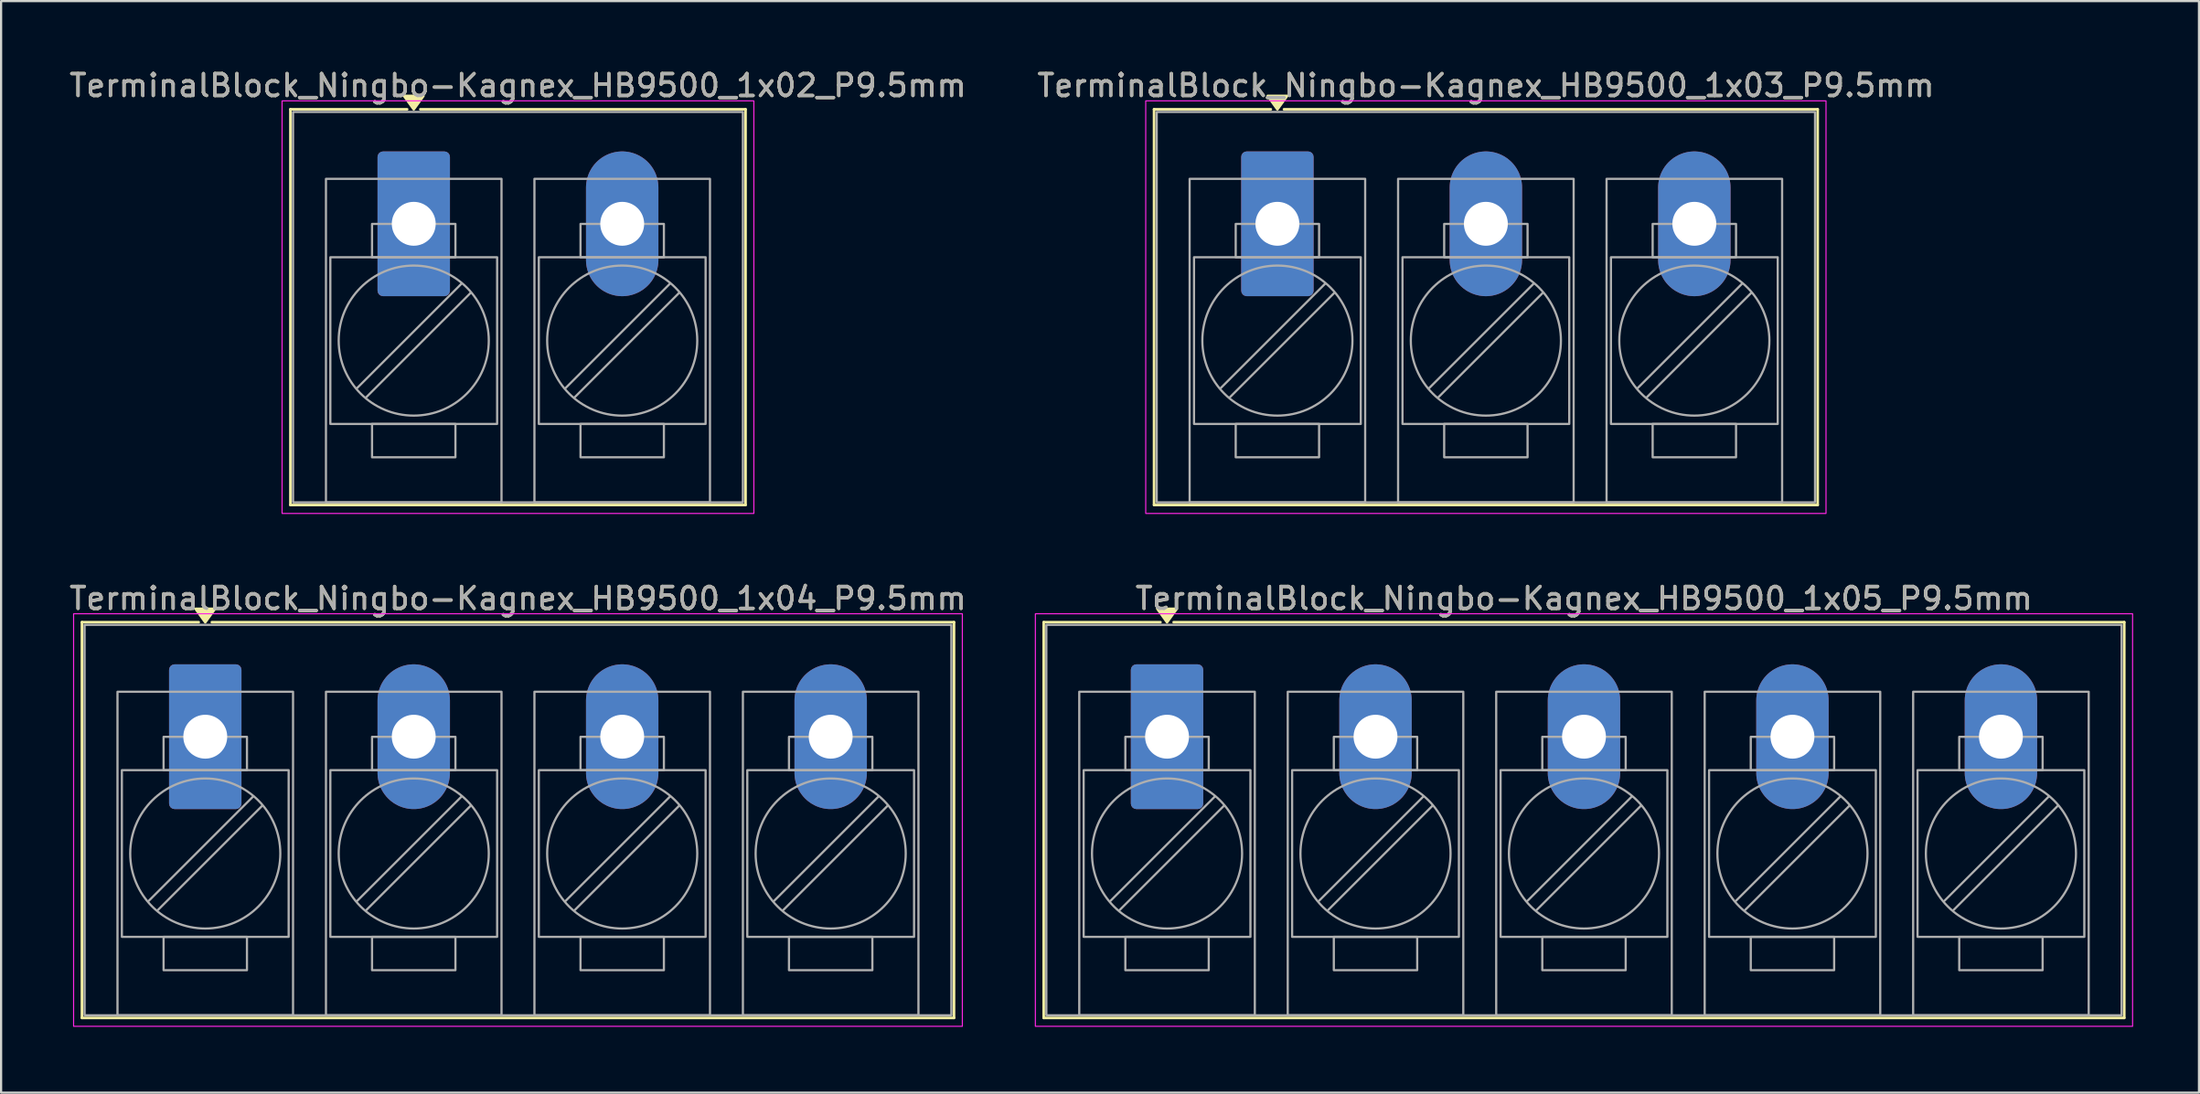
<source format=kicad_pcb>
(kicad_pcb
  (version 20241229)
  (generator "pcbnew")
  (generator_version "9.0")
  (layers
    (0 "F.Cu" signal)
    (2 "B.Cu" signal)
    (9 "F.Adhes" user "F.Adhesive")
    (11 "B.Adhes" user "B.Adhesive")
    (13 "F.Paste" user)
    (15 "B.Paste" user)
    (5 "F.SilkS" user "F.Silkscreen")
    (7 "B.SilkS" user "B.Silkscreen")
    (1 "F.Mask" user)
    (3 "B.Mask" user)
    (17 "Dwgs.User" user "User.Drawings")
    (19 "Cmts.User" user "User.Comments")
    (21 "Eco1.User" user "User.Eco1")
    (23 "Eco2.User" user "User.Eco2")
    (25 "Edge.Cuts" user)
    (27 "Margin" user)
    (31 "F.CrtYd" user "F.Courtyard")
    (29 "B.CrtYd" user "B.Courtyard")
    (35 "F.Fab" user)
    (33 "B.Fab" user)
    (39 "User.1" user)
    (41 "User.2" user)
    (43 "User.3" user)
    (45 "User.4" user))
  (footprint "TerminalBlock_Ningbo-Kagnex_HB9500_1x03_P9.5mm"
    (layer "F.Cu")
    (at 55.161 7.153)
    (property "Reference" "TerminalBlock_Ningbo-Kagnex_HB9500_1x03_P9.5mm" (at 9.5 -6.305 0) (layer "F.SilkS") (effects (font (size 1 1) (thickness 0.15))))
    (attr through_hole)
    (fp_line (start -5.62 -5.22) (end -0.3 -5.22) (stroke (width 0.12) (type solid)) (layer "F.SilkS"))
    (fp_line (start -5.62 12.82) (end -5.62 -5.22) (stroke (width 0.12) (type solid)) (layer "F.SilkS"))
    (fp_line (start 0.3 -5.22) (end 24.62 -5.22) (stroke (width 0.12) (type solid)) (layer "F.SilkS"))
    (fp_line (start 24.62 -5.22) (end 24.62 12.82) (stroke (width 0.12) (type solid)) (layer "F.SilkS"))
    (fp_line (start 24.62 12.82) (end -5.62 12.82) (stroke (width 0.12) (type solid)) (layer "F.SilkS"))
    (fp_poly (pts (xy 0 -5.22) (xy -0.44 -5.83) (xy 0.44 -5.83)) (stroke (width 0.12) (type solid)) (fill yes) (layer "F.SilkS"))
    (fp_rect (start -6 -5.605) (end 25 13.205) (stroke (width 0.05) (type solid)) (fill no) (layer "F.CrtYd"))
    (fp_line (start 2.176 2.731) (end -2.594 7.501) (stroke (width 0.1) (type solid)) (layer "F.Fab"))
    (fp_line (start 2.594 3.149) (end -2.176 7.919) (stroke (width 0.1) (type solid)) (layer "F.Fab"))
    (fp_line (start 11.676 2.731) (end 6.906 7.501) (stroke (width 0.1) (type solid)) (layer "F.Fab"))
    (fp_line (start 12.094 3.149) (end 7.324 7.919) (stroke (width 0.1) (type solid)) (layer "F.Fab"))
    (fp_line (start 21.176 2.731) (end 16.406 7.501) (stroke (width 0.1) (type solid)) (layer "F.Fab"))
    (fp_line (start 21.594 3.149) (end 16.824 7.919) (stroke (width 0.1) (type solid)) (layer "F.Fab"))
    (fp_rect (start -5.5 -5.1) (end 24.5 12.7) (stroke (width 0.1) (type solid)) (fill no) (layer "F.Fab"))
    (fp_rect (start -4 -2.05) (end 4 12.7) (stroke (width 0.1) (type solid)) (fill no) (layer "F.Fab"))
    (fp_rect (start -3.8 1.525) (end 3.8 9.125) (stroke (width 0.1) (type solid)) (fill no) (layer "F.Fab"))
    (fp_rect (start -1.9 0.005) (end 1.9 1.525) (stroke (width 0.1) (type solid)) (fill no) (layer "F.Fab"))
    (fp_rect (start -1.9 9.125) (end 1.9 10.645) (stroke (width 0.1) (type solid)) (fill no) (layer "F.Fab"))
    (fp_rect (start 5.5 -2.05) (end 13.5 12.7) (stroke (width 0.1) (type solid)) (fill no) (layer "F.Fab"))
    (fp_rect (start 5.7 1.525) (end 13.3 9.125) (stroke (width 0.1) (type solid)) (fill no) (layer "F.Fab"))
    (fp_rect (start 7.6 0.005) (end 11.4 1.525) (stroke (width 0.1) (type solid)) (fill no) (layer "F.Fab"))
    (fp_rect (start 7.6 9.125) (end 11.4 10.645) (stroke (width 0.1) (type solid)) (fill no) (layer "F.Fab"))
    (fp_rect (start 15 -2.05) (end 23 12.7) (stroke (width 0.1) (type solid)) (fill no) (layer "F.Fab"))
    (fp_rect (start 15.2 1.525) (end 22.8 9.125) (stroke (width 0.1) (type solid)) (fill no) (layer "F.Fab"))
    (fp_rect (start 17.1 0.005) (end 20.9 1.525) (stroke (width 0.1) (type solid)) (fill no) (layer "F.Fab"))
    (fp_rect (start 17.1 9.125) (end 20.9 10.645) (stroke (width 0.1) (type solid)) (fill no) (layer "F.Fab"))
    (fp_circle (center 0 5.325) (end 3.42 5.325) (stroke (width 0.1) (type solid)) (fill no) (layer "F.Fab"))
    (fp_circle (center 9.5 5.325) (end 12.92 5.325) (stroke (width 0.1) (type solid)) (fill no) (layer "F.Fab"))
    (fp_circle (center 19 5.325) (end 22.42 5.325) (stroke (width 0.1) (type solid)) (fill no) (layer "F.Fab"))
    (fp_text user "${REFERENCE}" (at 9.5 -6.305 0) (layer "F.Fab") (effects (font (size 1 1) (thickness 0.15))))
    (pad "1" thru_hole roundrect (at 0 0) (size 3.3 6.6) (drill 2) (layers "*.Cu" "*.Mask") (roundrect_rratio 0.076))
    (pad "2" thru_hole oval (at 9.5 0) (size 3.3 6.6) (drill 2) (layers "*.Cu" "*.Mask"))
    (pad "3" thru_hole oval (at 19 0) (size 3.3 6.6) (drill 2) (layers "*.Cu" "*.Mask")))
  (footprint "TerminalBlock_Ningbo-Kagnex_HB9500_1x04_P9.5mm"
    (layer "F.Cu")
    (at 6.304 30.537)
    (property "Reference" "TerminalBlock_Ningbo-Kagnex_HB9500_1x04_P9.5mm" (at 14.25 -6.305 0) (layer "F.SilkS") (effects (font (size 1 1) (thickness 0.15))))
    (attr through_hole)
    (fp_line (start -5.62 -5.22) (end -0.3 -5.22) (stroke (width 0.12) (type solid)) (layer "F.SilkS"))
    (fp_line (start -5.62 12.82) (end -5.62 -5.22) (stroke (width 0.12) (type solid)) (layer "F.SilkS"))
    (fp_line (start 0.3 -5.22) (end 34.12 -5.22) (stroke (width 0.12) (type solid)) (layer "F.SilkS"))
    (fp_line (start 34.12 -5.22) (end 34.12 12.82) (stroke (width 0.12) (type solid)) (layer "F.SilkS"))
    (fp_line (start 34.12 12.82) (end -5.62 12.82) (stroke (width 0.12) (type solid)) (layer "F.SilkS"))
    (fp_poly (pts (xy 0 -5.22) (xy -0.44 -5.83) (xy 0.44 -5.83)) (stroke (width 0.12) (type solid)) (fill yes) (layer "F.SilkS"))
    (fp_rect (start -6 -5.605) (end 34.5 13.205) (stroke (width 0.05) (type solid)) (fill no) (layer "F.CrtYd"))
    (fp_line (start 2.176 2.731) (end -2.594 7.501) (stroke (width 0.1) (type solid)) (layer "F.Fab"))
    (fp_line (start 2.594 3.149) (end -2.176 7.919) (stroke (width 0.1) (type solid)) (layer "F.Fab"))
    (fp_line (start 11.676 2.731) (end 6.906 7.501) (stroke (width 0.1) (type solid)) (layer "F.Fab"))
    (fp_line (start 12.094 3.149) (end 7.324 7.919) (stroke (width 0.1) (type solid)) (layer "F.Fab"))
    (fp_line (start 21.176 2.731) (end 16.406 7.501) (stroke (width 0.1) (type solid)) (layer "F.Fab"))
    (fp_line (start 21.594 3.149) (end 16.824 7.919) (stroke (width 0.1) (type solid)) (layer "F.Fab"))
    (fp_line (start 30.676 2.731) (end 25.906 7.501) (stroke (width 0.1) (type solid)) (layer "F.Fab"))
    (fp_line (start 31.094 3.149) (end 26.324 7.919) (stroke (width 0.1) (type solid)) (layer "F.Fab"))
    (fp_rect (start -5.5 -5.1) (end 34 12.7) (stroke (width 0.1) (type solid)) (fill no) (layer "F.Fab"))
    (fp_rect (start -4 -2.05) (end 4 12.7) (stroke (width 0.1) (type solid)) (fill no) (layer "F.Fab"))
    (fp_rect (start -3.8 1.525) (end 3.8 9.125) (stroke (width 0.1) (type solid)) (fill no) (layer "F.Fab"))
    (fp_rect (start -1.9 0.005) (end 1.9 1.525) (stroke (width 0.1) (type solid)) (fill no) (layer "F.Fab"))
    (fp_rect (start -1.9 9.125) (end 1.9 10.645) (stroke (width 0.1) (type solid)) (fill no) (layer "F.Fab"))
    (fp_rect (start 5.5 -2.05) (end 13.5 12.7) (stroke (width 0.1) (type solid)) (fill no) (layer "F.Fab"))
    (fp_rect (start 5.7 1.525) (end 13.3 9.125) (stroke (width 0.1) (type solid)) (fill no) (layer "F.Fab"))
    (fp_rect (start 7.6 0.005) (end 11.4 1.525) (stroke (width 0.1) (type solid)) (fill no) (layer "F.Fab"))
    (fp_rect (start 7.6 9.125) (end 11.4 10.645) (stroke (width 0.1) (type solid)) (fill no) (layer "F.Fab"))
    (fp_rect (start 15 -2.05) (end 23 12.7) (stroke (width 0.1) (type solid)) (fill no) (layer "F.Fab"))
    (fp_rect (start 15.2 1.525) (end 22.8 9.125) (stroke (width 0.1) (type solid)) (fill no) (layer "F.Fab"))
    (fp_rect (start 17.1 0.005) (end 20.9 1.525) (stroke (width 0.1) (type solid)) (fill no) (layer "F.Fab"))
    (fp_rect (start 17.1 9.125) (end 20.9 10.645) (stroke (width 0.1) (type solid)) (fill no) (layer "F.Fab"))
    (fp_rect (start 24.5 -2.05) (end 32.5 12.7) (stroke (width 0.1) (type solid)) (fill no) (layer "F.Fab"))
    (fp_rect (start 24.7 1.525) (end 32.3 9.125) (stroke (width 0.1) (type solid)) (fill no) (layer "F.Fab"))
    (fp_rect (start 26.6 0.005) (end 30.4 1.525) (stroke (width 0.1) (type solid)) (fill no) (layer "F.Fab"))
    (fp_rect (start 26.6 9.125) (end 30.4 10.645) (stroke (width 0.1) (type solid)) (fill no) (layer "F.Fab"))
    (fp_circle (center 0 5.325) (end 3.42 5.325) (stroke (width 0.1) (type solid)) (fill no) (layer "F.Fab"))
    (fp_circle (center 9.5 5.325) (end 12.92 5.325) (stroke (width 0.1) (type solid)) (fill no) (layer "F.Fab"))
    (fp_circle (center 19 5.325) (end 22.42 5.325) (stroke (width 0.1) (type solid)) (fill no) (layer "F.Fab"))
    (fp_circle (center 28.5 5.325) (end 31.92 5.325) (stroke (width 0.1) (type solid)) (fill no) (layer "F.Fab"))
    (fp_text user "${REFERENCE}" (at 14.25 -6.305 0) (layer "F.Fab") (effects (font (size 1 1) (thickness 0.15))))
    (pad "1" thru_hole roundrect (at 0 0) (size 3.3 6.6) (drill 2) (layers "*.Cu" "*.Mask") (roundrect_rratio 0.076))
    (pad "2" thru_hole oval (at 9.5 0) (size 3.3 6.6) (drill 2) (layers "*.Cu" "*.Mask"))
    (pad "3" thru_hole oval (at 19 0) (size 3.3 6.6) (drill 2) (layers "*.Cu" "*.Mask"))
    (pad "4" thru_hole oval (at 28.5 0) (size 3.3 6.6) (drill 2) (layers "*.Cu" "*.Mask")))
  (footprint "TerminalBlock_Ningbo-Kagnex_HB9500_1x05_P9.5mm"
    (layer "F.Cu")
    (at 50.132 30.537)
    (property "Reference" "TerminalBlock_Ningbo-Kagnex_HB9500_1x05_P9.5mm" (at 19 -6.305 0) (layer "F.SilkS") (effects (font (size 1 1) (thickness 0.15))))
    (attr through_hole)
    (fp_line (start -5.62 -5.22) (end -0.3 -5.22) (stroke (width 0.12) (type solid)) (layer "F.SilkS"))
    (fp_line (start -5.62 12.82) (end -5.62 -5.22) (stroke (width 0.12) (type solid)) (layer "F.SilkS"))
    (fp_line (start 0.3 -5.22) (end 43.62 -5.22) (stroke (width 0.12) (type solid)) (layer "F.SilkS"))
    (fp_line (start 43.62 -5.22) (end 43.62 12.82) (stroke (width 0.12) (type solid)) (layer "F.SilkS"))
    (fp_line (start 43.62 12.82) (end -5.62 12.82) (stroke (width 0.12) (type solid)) (layer "F.SilkS"))
    (fp_poly (pts (xy 0 -5.22) (xy -0.44 -5.83) (xy 0.44 -5.83)) (stroke (width 0.12) (type solid)) (fill yes) (layer "F.SilkS"))
    (fp_rect (start -6 -5.605) (end 44 13.205) (stroke (width 0.05) (type solid)) (fill no) (layer "F.CrtYd"))
    (fp_line (start 2.176 2.731) (end -2.594 7.501) (stroke (width 0.1) (type solid)) (layer "F.Fab"))
    (fp_line (start 2.594 3.149) (end -2.176 7.919) (stroke (width 0.1) (type solid)) (layer "F.Fab"))
    (fp_line (start 11.676 2.731) (end 6.906 7.501) (stroke (width 0.1) (type solid)) (layer "F.Fab"))
    (fp_line (start 12.094 3.149) (end 7.324 7.919) (stroke (width 0.1) (type solid)) (layer "F.Fab"))
    (fp_line (start 21.176 2.731) (end 16.406 7.501) (stroke (width 0.1) (type solid)) (layer "F.Fab"))
    (fp_line (start 21.594 3.149) (end 16.824 7.919) (stroke (width 0.1) (type solid)) (layer "F.Fab"))
    (fp_line (start 30.676 2.731) (end 25.906 7.501) (stroke (width 0.1) (type solid)) (layer "F.Fab"))
    (fp_line (start 31.094 3.149) (end 26.324 7.919) (stroke (width 0.1) (type solid)) (layer "F.Fab"))
    (fp_line (start 40.176 2.731) (end 35.406 7.501) (stroke (width 0.1) (type solid)) (layer "F.Fab"))
    (fp_line (start 40.594 3.149) (end 35.824 7.919) (stroke (width 0.1) (type solid)) (layer "F.Fab"))
    (fp_rect (start -5.5 -5.1) (end 43.5 12.7) (stroke (width 0.1) (type solid)) (fill no) (layer "F.Fab"))
    (fp_rect (start -4 -2.05) (end 4 12.7) (stroke (width 0.1) (type solid)) (fill no) (layer "F.Fab"))
    (fp_rect (start -3.8 1.525) (end 3.8 9.125) (stroke (width 0.1) (type solid)) (fill no) (layer "F.Fab"))
    (fp_rect (start -1.9 0.005) (end 1.9 1.525) (stroke (width 0.1) (type solid)) (fill no) (layer "F.Fab"))
    (fp_rect (start -1.9 9.125) (end 1.9 10.645) (stroke (width 0.1) (type solid)) (fill no) (layer "F.Fab"))
    (fp_rect (start 5.5 -2.05) (end 13.5 12.7) (stroke (width 0.1) (type solid)) (fill no) (layer "F.Fab"))
    (fp_rect (start 5.7 1.525) (end 13.3 9.125) (stroke (width 0.1) (type solid)) (fill no) (layer "F.Fab"))
    (fp_rect (start 7.6 0.005) (end 11.4 1.525) (stroke (width 0.1) (type solid)) (fill no) (layer "F.Fab"))
    (fp_rect (start 7.6 9.125) (end 11.4 10.645) (stroke (width 0.1) (type solid)) (fill no) (layer "F.Fab"))
    (fp_rect (start 15 -2.05) (end 23 12.7) (stroke (width 0.1) (type solid)) (fill no) (layer "F.Fab"))
    (fp_rect (start 15.2 1.525) (end 22.8 9.125) (stroke (width 0.1) (type solid)) (fill no) (layer "F.Fab"))
    (fp_rect (start 17.1 0.005) (end 20.9 1.525) (stroke (width 0.1) (type solid)) (fill no) (layer "F.Fab"))
    (fp_rect (start 17.1 9.125) (end 20.9 10.645) (stroke (width 0.1) (type solid)) (fill no) (layer "F.Fab"))
    (fp_rect (start 24.5 -2.05) (end 32.5 12.7) (stroke (width 0.1) (type solid)) (fill no) (layer "F.Fab"))
    (fp_rect (start 24.7 1.525) (end 32.3 9.125) (stroke (width 0.1) (type solid)) (fill no) (layer "F.Fab"))
    (fp_rect (start 26.6 0.005) (end 30.4 1.525) (stroke (width 0.1) (type solid)) (fill no) (layer "F.Fab"))
    (fp_rect (start 26.6 9.125) (end 30.4 10.645) (stroke (width 0.1) (type solid)) (fill no) (layer "F.Fab"))
    (fp_rect (start 34 -2.05) (end 42 12.7) (stroke (width 0.1) (type solid)) (fill no) (layer "F.Fab"))
    (fp_rect (start 34.2 1.525) (end 41.8 9.125) (stroke (width 0.1) (type solid)) (fill no) (layer "F.Fab"))
    (fp_rect (start 36.1 0.005) (end 39.9 1.525) (stroke (width 0.1) (type solid)) (fill no) (layer "F.Fab"))
    (fp_rect (start 36.1 9.125) (end 39.9 10.645) (stroke (width 0.1) (type solid)) (fill no) (layer "F.Fab"))
    (fp_circle (center 0 5.325) (end 3.42 5.325) (stroke (width 0.1) (type solid)) (fill no) (layer "F.Fab"))
    (fp_circle (center 9.5 5.325) (end 12.92 5.325) (stroke (width 0.1) (type solid)) (fill no) (layer "F.Fab"))
    (fp_circle (center 19 5.325) (end 22.42 5.325) (stroke (width 0.1) (type solid)) (fill no) (layer "F.Fab"))
    (fp_circle (center 28.5 5.325) (end 31.92 5.325) (stroke (width 0.1) (type solid)) (fill no) (layer "F.Fab"))
    (fp_circle (center 38 5.325) (end 41.42 5.325) (stroke (width 0.1) (type solid)) (fill no) (layer "F.Fab"))
    (fp_text user "${REFERENCE}" (at 19 -6.305 0) (layer "F.Fab") (effects (font (size 1 1) (thickness 0.15))))
    (pad "1" thru_hole roundrect (at 0 0) (size 3.3 6.6) (drill 2) (layers "*.Cu" "*.Mask") (roundrect_rratio 0.076))
    (pad "2" thru_hole oval (at 9.5 0) (size 3.3 6.6) (drill 2) (layers "*.Cu" "*.Mask"))
    (pad "3" thru_hole oval (at 19 0) (size 3.3 6.6) (drill 2) (layers "*.Cu" "*.Mask"))
    (pad "4" thru_hole oval (at 28.5 0) (size 3.3 6.6) (drill 2) (layers "*.Cu" "*.Mask"))
    (pad "5" thru_hole oval (at 38 0) (size 3.3 6.6) (drill 2) (layers "*.Cu" "*.Mask")))
  (footprint "TerminalBlock_Ningbo-Kagnex_HB9500_1x02_P9.5mm"
    (layer "F.Cu")
    (at 15.804 7.153)
    (property "Reference" "TerminalBlock_Ningbo-Kagnex_HB9500_1x02_P9.5mm" (at 4.75 -6.305 0) (layer "F.SilkS") (effects (font (size 1 1) (thickness 0.15))))
    (attr through_hole)
    (fp_line (start -5.62 -5.22) (end -0.3 -5.22) (stroke (width 0.12) (type solid)) (layer "F.SilkS"))
    (fp_line (start -5.62 12.82) (end -5.62 -5.22) (stroke (width 0.12) (type solid)) (layer "F.SilkS"))
    (fp_line (start 0.3 -5.22) (end 15.12 -5.22) (stroke (width 0.12) (type solid)) (layer "F.SilkS"))
    (fp_line (start 15.12 -5.22) (end 15.12 12.82) (stroke (width 0.12) (type solid)) (layer "F.SilkS"))
    (fp_line (start 15.12 12.82) (end -5.62 12.82) (stroke (width 0.12) (type solid)) (layer "F.SilkS"))
    (fp_poly (pts (xy 0 -5.22) (xy -0.44 -5.83) (xy 0.44 -5.83)) (stroke (width 0.12) (type solid)) (fill yes) (layer "F.SilkS"))
    (fp_rect (start -6 -5.605) (end 15.5 13.205) (stroke (width 0.05) (type solid)) (fill no) (layer "F.CrtYd"))
    (fp_line (start 2.176 2.731) (end -2.594 7.501) (stroke (width 0.1) (type solid)) (layer "F.Fab"))
    (fp_line (start 2.594 3.149) (end -2.176 7.919) (stroke (width 0.1) (type solid)) (layer "F.Fab"))
    (fp_line (start 11.676 2.731) (end 6.906 7.501) (stroke (width 0.1) (type solid)) (layer "F.Fab"))
    (fp_line (start 12.094 3.149) (end 7.324 7.919) (stroke (width 0.1) (type solid)) (layer "F.Fab"))
    (fp_rect (start -5.5 -5.1) (end 15 12.7) (stroke (width 0.1) (type solid)) (fill no) (layer "F.Fab"))
    (fp_rect (start -4 -2.05) (end 4 12.7) (stroke (width 0.1) (type solid)) (fill no) (layer "F.Fab"))
    (fp_rect (start -3.8 1.525) (end 3.8 9.125) (stroke (width 0.1) (type solid)) (fill no) (layer "F.Fab"))
    (fp_rect (start -1.9 0.005) (end 1.9 1.525) (stroke (width 0.1) (type solid)) (fill no) (layer "F.Fab"))
    (fp_rect (start -1.9 9.125) (end 1.9 10.645) (stroke (width 0.1) (type solid)) (fill no) (layer "F.Fab"))
    (fp_rect (start 5.5 -2.05) (end 13.5 12.7) (stroke (width 0.1) (type solid)) (fill no) (layer "F.Fab"))
    (fp_rect (start 5.7 1.525) (end 13.3 9.125) (stroke (width 0.1) (type solid)) (fill no) (layer "F.Fab"))
    (fp_rect (start 7.6 0.005) (end 11.4 1.525) (stroke (width 0.1) (type solid)) (fill no) (layer "F.Fab"))
    (fp_rect (start 7.6 9.125) (end 11.4 10.645) (stroke (width 0.1) (type solid)) (fill no) (layer "F.Fab"))
    (fp_circle (center 0 5.325) (end 3.42 5.325) (stroke (width 0.1) (type solid)) (fill no) (layer "F.Fab"))
    (fp_circle (center 9.5 5.325) (end 12.92 5.325) (stroke (width 0.1) (type solid)) (fill no) (layer "F.Fab"))
    (fp_text user "${REFERENCE}" (at 4.75 -6.305 0) (layer "F.Fab") (effects (font (size 1 1) (thickness 0.15))))
    (pad "1" thru_hole roundrect (at 0 0) (size 3.3 6.6) (drill 2) (layers "*.Cu" "*.Mask") (roundrect_rratio 0.076))
    (pad "2" thru_hole oval (at 9.5 0) (size 3.3 6.6) (drill 2) (layers "*.Cu" "*.Mask")))
  (gr_rect
    (start -3 -3)
    (end 97.157 46.767)
    (stroke (width 0.1) (type default))
    (fill no)
    (layer "Edge.Cuts")))
</source>
